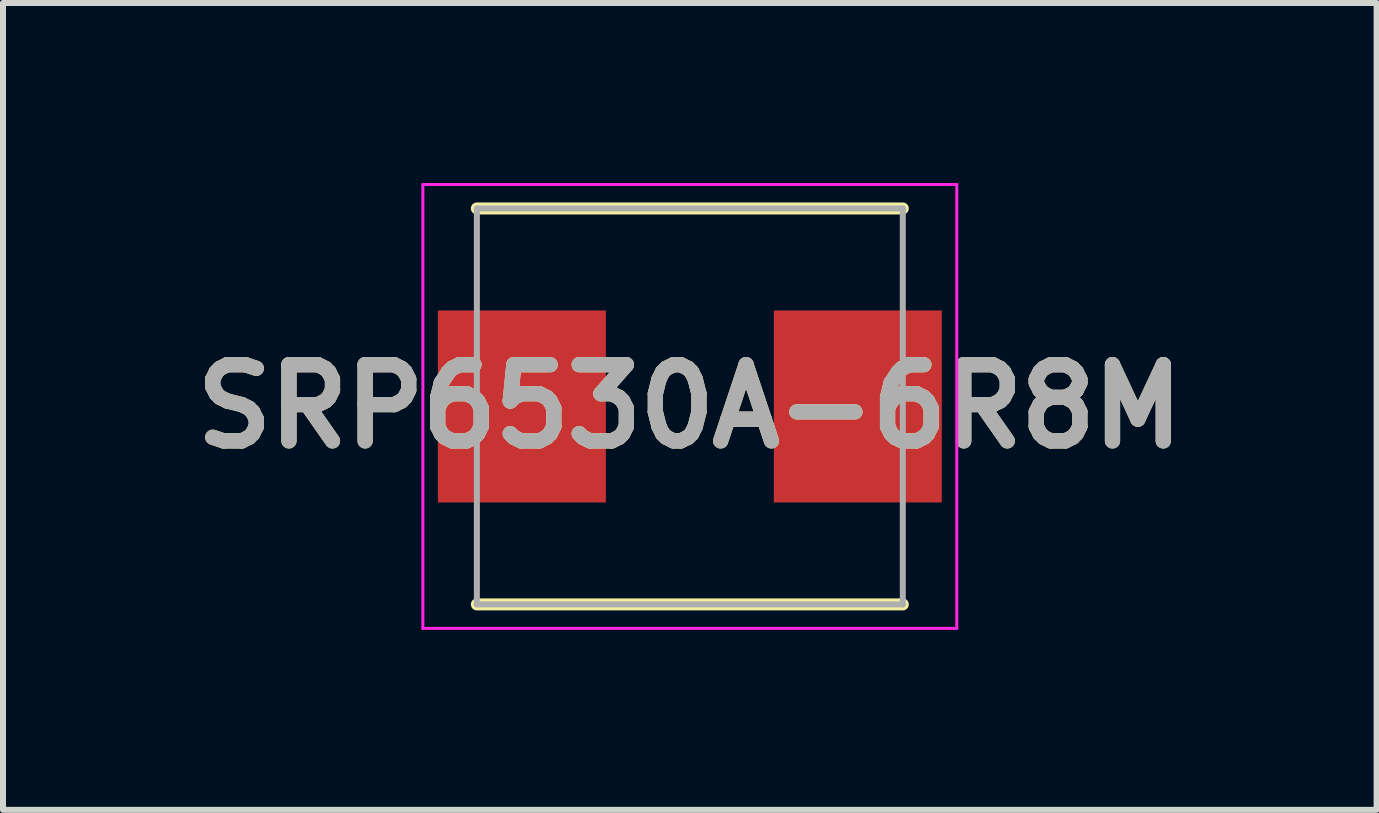
<source format=kicad_pcb>
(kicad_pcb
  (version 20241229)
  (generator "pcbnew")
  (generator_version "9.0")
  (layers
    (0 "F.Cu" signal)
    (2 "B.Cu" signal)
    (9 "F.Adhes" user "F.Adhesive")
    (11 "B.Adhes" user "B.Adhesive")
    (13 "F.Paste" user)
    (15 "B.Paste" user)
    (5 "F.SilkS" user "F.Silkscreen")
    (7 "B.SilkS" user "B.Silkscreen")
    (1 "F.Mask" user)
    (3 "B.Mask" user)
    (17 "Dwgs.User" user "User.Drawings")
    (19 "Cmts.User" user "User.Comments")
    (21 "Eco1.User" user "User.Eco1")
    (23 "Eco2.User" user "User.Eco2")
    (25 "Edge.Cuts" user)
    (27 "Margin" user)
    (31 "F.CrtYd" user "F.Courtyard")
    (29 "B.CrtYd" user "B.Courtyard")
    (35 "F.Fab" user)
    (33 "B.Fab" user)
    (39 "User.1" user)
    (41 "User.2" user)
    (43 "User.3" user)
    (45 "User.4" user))
  (footprint "SRP6530A-6R8M"
    (layer "F.Cu")
    (at 8.449 3.725)
    (property "Reference" "SRP6530A-6R8M" (at 0 0 0) (layer "F.SilkS") (effects (font (size 1.27 1.27) (thickness 0.254))))
    (attr smd)
    (fp_line (start -3.55 3.3) (end 3.55 3.3) (stroke (width 0.2) (type solid)) (layer "F.SilkS"))
    (fp_line (start 3.55 -3.3) (end -3.55 -3.3) (stroke (width 0.2) (type solid)) (layer "F.SilkS"))
    (fp_line (start -4.45 -3.7) (end 4.45 -3.7) (stroke (width 0.05) (type solid)) (layer "F.CrtYd"))
    (fp_line (start -4.45 3.7) (end -4.45 -3.7) (stroke (width 0.05) (type solid)) (layer "F.CrtYd"))
    (fp_line (start 4.45 -3.7) (end 4.45 3.7) (stroke (width 0.05) (type solid)) (layer "F.CrtYd"))
    (fp_line (start 4.45 3.7) (end -4.45 3.7) (stroke (width 0.05) (type solid)) (layer "F.CrtYd"))
    (fp_line (start -3.55 -3.3) (end 3.55 -3.3) (stroke (width 0.1) (type solid)) (layer "F.Fab"))
    (fp_line (start -3.55 3.3) (end -3.55 -3.3) (stroke (width 0.1) (type solid)) (layer "F.Fab"))
    (fp_line (start 3.55 -3.3) (end 3.55 3.3) (stroke (width 0.1) (type solid)) (layer "F.Fab"))
    (fp_line (start 3.55 3.3) (end -3.55 3.3) (stroke (width 0.1) (type solid)) (layer "F.Fab"))
    (fp_text user "${REFERENCE}" (at 0 0 0) (layer "F.Fab") (effects (font (size 1.27 1.27) (thickness 0.254))))
    (pad "1" smd rect (at -2.8 0) (size 2.8 3.2) (layers "F.Cu" "F.Mask" "F.Paste"))
    (pad "2" smd rect (at 2.8 0) (size 2.8 3.2) (layers "F.Cu" "F.Mask" "F.Paste")))
  (gr_rect
    (start -3 -3)
    (end 19.897 10.45)
    (stroke (width 0.1) (type default))
    (fill no)
    (layer "Edge.Cuts")))
</source>
